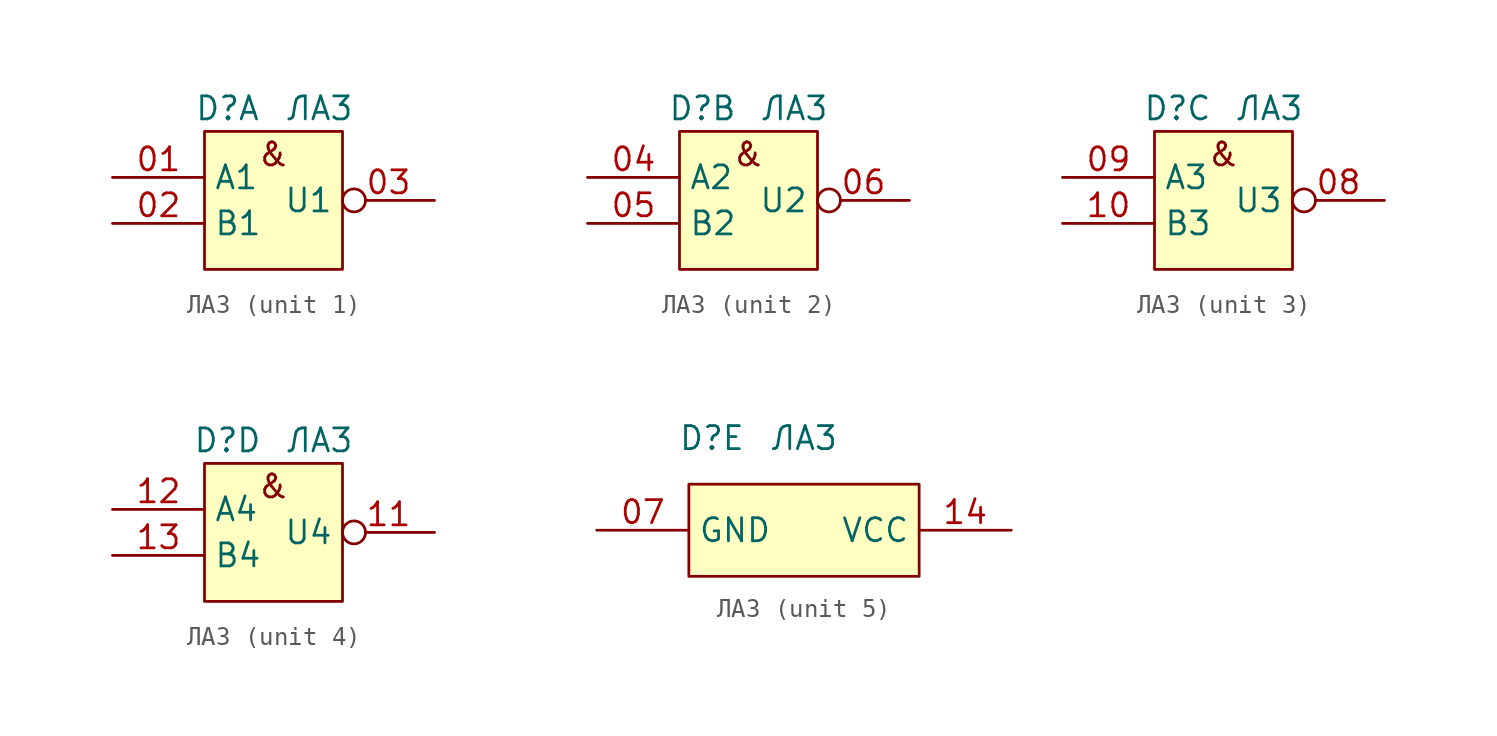
<source format=kicad_sym>
(kicad_symbol_lib
  (version 20231120)
  (generator "kicad_symbol_editor")
  (generator_version "8.0")
  (symbol "ЛА3"
    (property "Reference" "D"
      (at -2.54 -5.08 0)
      (effects (font (size 1.27 1.27))))
    (property "Value" "ЛА3"
      (at 2.54 -5.08 0)
      (effects (font (size 1.27 1.27))))
    (property "ki_locked" ""
      (at 0 0 0)
      (effects (font (size 1.27 1.27))))
    (symbol "ЛА3_1_0"
      (rectangle (start -3.81 -6.35) (end 3.81 -13.97) (stroke (width 0) (type default)) (fill (type background))))
    (symbol "ЛА3_1_1"
      (text "&" (at 0 -7.62 0) (effects (font (size 1.27 1.27))))
      (pin input line (at -8.89 -8.89 0) (length 5.08) (name "A1" (effects (font (size 1.27 1.27)))) (number "01" (effects (font (size 1.27 1.27)))))
      (pin input line (at -8.89 -11.43 0) (length 5.08) (name "B1" (effects (font (size 1.27 1.27)))) (number "02" (effects (font (size 1.27 1.27)))))
      (pin output inverted (at 8.89 -10.16 180) (length 5.08) (name "U1" (effects (font (size 1.27 1.27)))) (number "03" (effects (font (size 1.27 1.27))))))
    (symbol "ЛА3_2_0"
      (rectangle (start -3.81 -6.35) (end 3.81 -13.97) (stroke (width 0) (type default)) (fill (type background))))
    (symbol "ЛА3_2_1"
      (text "&" (at 0 -7.62 0) (effects (font (size 1.27 1.27))))
      (pin input line (at -8.89 -8.89 0) (length 5.08) (name "A2" (effects (font (size 1.27 1.27)))) (number "04" (effects (font (size 1.27 1.27)))))
      (pin input line (at -8.89 -11.43 0) (length 5.08) (name "B2" (effects (font (size 1.27 1.27)))) (number "05" (effects (font (size 1.27 1.27)))))
      (pin output inverted (at 8.89 -10.16 180) (length 5.08) (name "U2" (effects (font (size 1.27 1.27)))) (number "06" (effects (font (size 1.27 1.27))))))
    (symbol "ЛА3_3_0"
      (rectangle (start -3.81 -6.35) (end 3.81 -13.97) (stroke (width 0) (type default)) (fill (type background))))
    (symbol "ЛА3_3_1"
      (text "&" (at 0 -7.62 0) (effects (font (size 1.27 1.27))))
      (pin output inverted (at 8.89 -10.16 180) (length 5.08) (name "U3" (effects (font (size 1.27 1.27)))) (number "08" (effects (font (size 1.27 1.27)))))
      (pin input line (at -8.89 -8.89 0) (length 5.08) (name "A3" (effects (font (size 1.27 1.27)))) (number "09" (effects (font (size 1.27 1.27)))))
      (pin input line (at -8.89 -11.43 0) (length 5.08) (name "B3" (effects (font (size 1.27 1.27)))) (number "10" (effects (font (size 1.27 1.27))))))
    (symbol "ЛА3_4_0"
      (rectangle (start -3.81 -6.35) (end 3.81 -13.97) (stroke (width 0) (type default)) (fill (type background))))
    (symbol "ЛА3_4_1"
      (text "&" (at 0 -7.62 0) (effects (font (size 1.27 1.27))))
      (pin output inverted (at 8.89 -10.16 180) (length 5.08) (name "U4" (effects (font (size 1.27 1.27)))) (number "11" (effects (font (size 1.27 1.27)))))
      (pin input line (at -8.89 -8.89 0) (length 5.08) (name "A4" (effects (font (size 1.27 1.27)))) (number "12" (effects (font (size 1.27 1.27)))))
      (pin input line (at -8.89 -11.43 0) (length 5.08) (name "B4" (effects (font (size 1.27 1.27)))) (number "13" (effects (font (size 1.27 1.27))))))
    (symbol "ЛА3_5_1"
      (rectangle (start -3.81 -7.62) (end 8.89 -12.7) (stroke (width 0) (type default)) (fill (type background)))
      (pin power_in line (at -8.89 -10.16 0) (length 5.08) (name "GND" (effects (font (size 1.27 1.27)))) (number "07" (effects (font (size 1.27 1.27)))))
      (pin power_in line (at 13.97 -10.16 180) (length 5.08) (name "VCC" (effects (font (size 1.27 1.27)))) (number "14" (effects (font (size 1.27 1.27))))))))
</source>
